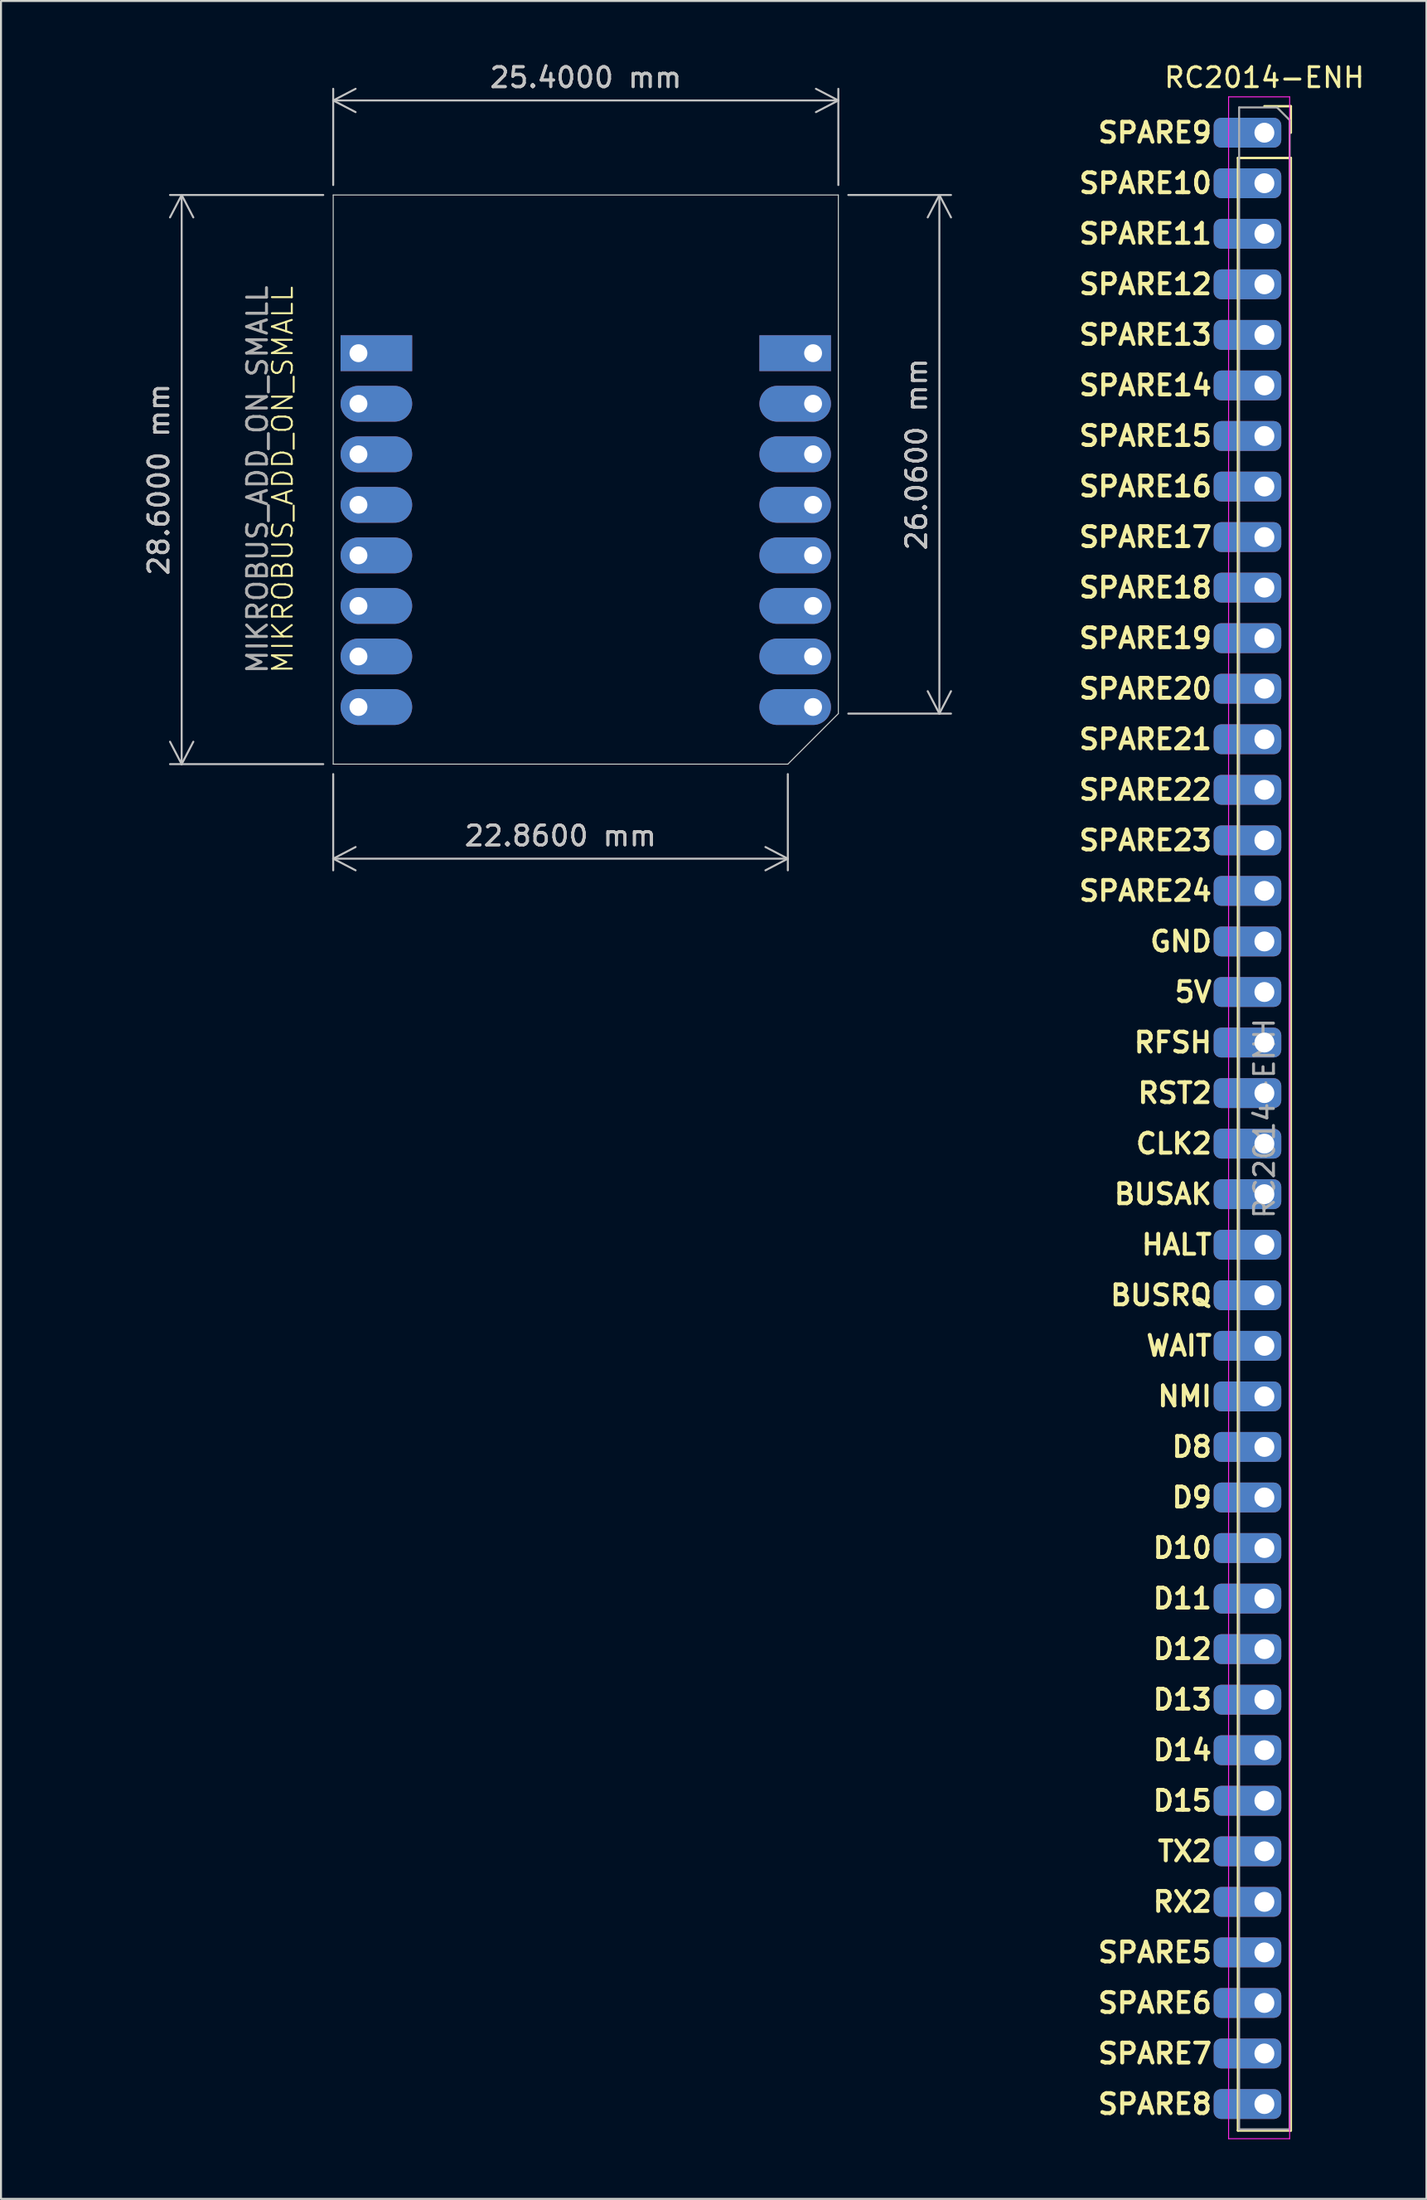
<source format=kicad_pcb>
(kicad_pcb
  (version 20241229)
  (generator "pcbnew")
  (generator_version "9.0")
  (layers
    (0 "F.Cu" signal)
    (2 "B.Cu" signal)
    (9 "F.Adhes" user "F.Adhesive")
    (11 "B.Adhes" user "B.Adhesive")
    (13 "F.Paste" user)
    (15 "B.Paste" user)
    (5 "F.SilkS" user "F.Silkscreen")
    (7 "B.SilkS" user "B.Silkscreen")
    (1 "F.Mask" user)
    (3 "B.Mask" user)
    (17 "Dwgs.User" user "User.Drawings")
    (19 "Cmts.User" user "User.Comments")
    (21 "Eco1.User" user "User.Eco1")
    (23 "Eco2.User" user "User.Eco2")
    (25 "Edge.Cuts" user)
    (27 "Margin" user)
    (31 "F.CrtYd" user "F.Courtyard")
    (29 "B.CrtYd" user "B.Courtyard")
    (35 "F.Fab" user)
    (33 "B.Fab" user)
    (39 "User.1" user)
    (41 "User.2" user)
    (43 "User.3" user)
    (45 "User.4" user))
  (footprint "MIKROBUS_ADD_ON_SMALL"
    (layer "F.Cu")
    (at 26.405 21.048)
    (property "Reference" "MIKROBUS_ADD_ON_SMALL" (at -15.24 0 90) (unlocked yes) (layer "F.SilkS") (effects (font (size 1 1) (thickness 0.1))))
    (attr through_hole)
    (fp_line (start -12.7 -14.3) (end -12.7 14.3) (stroke (width 0.05) (type default)) (layer "Edge.Cuts"))
    (fp_line (start -12.7 -14.3) (end 12.7 -14.3) (stroke (width 0.05) (type default)) (layer "Edge.Cuts"))
    (fp_line (start -12.7 14.3) (end 10.16 14.3) (stroke (width 0.05) (type default)) (layer "Edge.Cuts"))
    (fp_line (start 10.16 14.3) (end 12.7 11.76) (stroke (width 0.05) (type default)) (layer "Edge.Cuts"))
    (fp_line (start 12.7 -14.3) (end 12.7 11.76) (stroke (width 0.05) (type default)) (layer "Edge.Cuts"))
    (fp_text user "${REFERENCE}" (at -16.51 0 90) (unlocked yes) (layer "F.Fab") (effects (font (size 1 1) (thickness 0.15))))
    (dimension (type aligned) (layer "Dwgs.User") (pts (xy 13.705 6.748) (xy 39.105 6.748)) (height -4.75) (format (prefix "") (suffix "") (units 3) (units_format 1) (precision 4)) (style (thickness 0.1) (arrow_length 1.27) (text_position_mode 0) (arrow_direction outward) (extension_height 0.586) (extension_offset 0.5) (keep_text_aligned yes)) (gr_text "25.4000 mm" (at 26.405 0.848 0) (layer "Dwgs.User") (effects (font (size 1 1) (thickness 0.15)))))
    (dimension (type aligned) (layer "Dwgs.User") (pts (xy 13.705 35.348) (xy 13.705 6.748)) (height -7.62) (format (prefix "") (suffix "") (units 3) (units_format 1) (precision 4)) (style (thickness 0.1) (arrow_length 1.27) (text_position_mode 0) (arrow_direction outward) (extension_height 0.586) (extension_offset 0.5) (keep_text_aligned yes)) (gr_text "28.6000 mm" (at 4.935 21.048 90) (layer "Dwgs.User") (effects (font (size 1 1) (thickness 0.15)))))
    (dimension (type aligned) (layer "Dwgs.User") (pts (xy 36.565 35.348) (xy 13.705 35.348)) (height -4.75) (format (prefix "") (suffix "") (units 3) (units_format 1) (precision 4)) (style (thickness 0.1) (arrow_length 1.27) (text_position_mode 0) (arrow_direction outward) (extension_height 0.586) (extension_offset 0.5) (keep_text_aligned yes)) (gr_text "22.8600 mm" (at 25.135 38.948 0) (layer "Dwgs.User") (effects (font (size 1 1) (thickness 0.15)))))
    (dimension (type aligned) (layer "Dwgs.User") (pts (xy 39.105 32.808) (xy 39.105 6.748)) (height 5.08) (format (prefix "") (suffix "") (units 3) (units_format 1) (precision 4)) (style (thickness 0.1) (arrow_length 1.27) (text_position_mode 0) (arrow_direction outward) (extension_height 0.586) (extension_offset 0.5) (keep_text_aligned yes)) (gr_text "26.0600 mm" (at 43.035 19.778 90) (layer "Dwgs.User") (effects (font (size 1 1) (thickness 0.15)))))
    (pad "A1" thru_hole rect (at -11.43 -6.35) (size 3.6 1.8) (drill 0.9 (offset 0.9 0)) (layers "*.Cu" "*.Mask"))
    (pad "A2" thru_hole oval (at -11.43 -3.81) (size 3.6 1.8) (drill 0.9 (offset 0.9 0)) (layers "*.Cu" "*.Mask"))
    (pad "A3" thru_hole oval (at -11.43 -1.27) (size 3.6 1.8) (drill 0.9 (offset 0.9 0)) (layers "*.Cu" "*.Mask"))
    (pad "A4" thru_hole oval (at -11.43 1.27) (size 3.6 1.8) (drill 0.9 (offset 0.9 0)) (layers "*.Cu" "*.Mask"))
    (pad "A5" thru_hole oval (at -11.43 3.81) (size 3.6 1.8) (drill 0.9 (offset 0.9 0)) (layers "*.Cu" "*.Mask"))
    (pad "A6" thru_hole oval (at -11.43 6.35) (size 3.6 1.8) (drill 0.9 (offset 0.9 0)) (layers "*.Cu" "*.Mask"))
    (pad "A7" thru_hole oval (at -11.43 8.89) (size 3.6 1.8) (drill 0.9 (offset 0.9 0)) (layers "*.Cu" "*.Mask"))
    (pad "A8" thru_hole oval (at -11.43 11.43) (size 3.6 1.8) (drill 0.9 (offset 0.9 0)) (layers "*.Cu" "*.Mask"))
    (pad "B1" thru_hole rect (at 11.43 -6.35 180) (size 3.6 1.8) (drill 0.9 (offset 0.9 0)) (layers "*.Cu" "*.Mask"))
    (pad "B2" thru_hole oval (at 11.43 -3.81 180) (size 3.6 1.8) (drill 0.9 (offset 0.9 0)) (layers "*.Cu" "*.Mask"))
    (pad "B3" thru_hole oval (at 11.43 -1.27 180) (size 3.6 1.8) (drill 0.9 (offset 0.9 0)) (layers "*.Cu" "*.Mask"))
    (pad "B4" thru_hole oval (at 11.43 1.27 180) (size 3.6 1.8) (drill 0.9 (offset 0.9 0)) (layers "*.Cu" "*.Mask"))
    (pad "B5" thru_hole oval (at 11.43 3.81 180) (size 3.6 1.8) (drill 0.9 (offset 0.9 0)) (layers "*.Cu" "*.Mask"))
    (pad "B6" thru_hole oval (at 11.43 6.35 180) (size 3.6 1.8) (drill 0.9 (offset 0.9 0)) (layers "*.Cu" "*.Mask"))
    (pad "B7" thru_hole oval (at 11.43 8.89 180) (size 3.6 1.8) (drill 0.9 (offset 0.9 0)) (layers "*.Cu" "*.Mask"))
    (pad "B8" thru_hole oval (at 11.43 11.43 180) (size 3.6 1.8) (drill 0.9 (offset 0.9 0)) (layers "*.Cu" "*.Mask")))
  (footprint "RC2014-ENH"
    (layer "F.Cu")
    (at 60.528 3.618)
    (property "Reference" "RC2014-ENH" (at 0 -2.77 0) (layer "F.SilkS") (effects (font (size 1 1) (thickness 0.15))))
    (attr through_hole)
    (fp_line (start -1.33 1.27) (end -1.33 100.39) (stroke (width 0.12) (type solid)) (layer "F.SilkS"))
    (fp_line (start -1.33 1.27) (end 1.33 1.27) (stroke (width 0.12) (type solid)) (layer "F.SilkS"))
    (fp_line (start -1.33 100.39) (end 1.33 100.39) (stroke (width 0.12) (type solid)) (layer "F.SilkS"))
    (fp_line (start 0 -1.33) (end 1.33 -1.33) (stroke (width 0.12) (type solid)) (layer "F.SilkS"))
    (fp_line (start 1.33 -1.33) (end 1.33 0) (stroke (width 0.12) (type solid)) (layer "F.SilkS"))
    (fp_line (start 1.33 1.27) (end 1.33 100.39) (stroke (width 0.12) (type solid)) (layer "F.SilkS"))
    (fp_line (start -1.8 -1.8) (end 1.27 -1.8) (stroke (width 0.05) (type solid)) (layer "F.CrtYd"))
    (fp_line (start -1.8 100.8) (end -1.8 -1.8) (stroke (width 0.05) (type solid)) (layer "F.CrtYd"))
    (fp_line (start 1.27 -1.8) (end 1.27 100.8) (stroke (width 0.05) (type solid)) (layer "F.CrtYd"))
    (fp_line (start 1.27 100.8) (end -1.8 100.8) (stroke (width 0.05) (type solid)) (layer "F.CrtYd"))
    (fp_line (start -1.27 -1.27) (end 0.635 -1.27) (stroke (width 0.1) (type solid)) (layer "F.Fab"))
    (fp_line (start -1.27 100.33) (end -1.27 -1.27) (stroke (width 0.1) (type solid)) (layer "F.Fab"))
    (fp_line (start 0.635 -1.27) (end 1.27 -0.635) (stroke (width 0.1) (type solid)) (layer "F.Fab"))
    (fp_line (start 1.27 -0.635) (end 1.27 100.33) (stroke (width 0.1) (type solid)) (layer "F.Fab"))
    (fp_line (start 1.27 100.33) (end -1.27 100.33) (stroke (width 0.1) (type solid)) (layer "F.Fab"))
    (fp_text user "SPARE10" (at -2.54 2.54 0) (unlocked yes) (layer "F.SilkS") (effects (font (size 1 1) (thickness 0.2)) (justify right)))
    (fp_text user "SPARE13" (at -2.54 10.16 0) (unlocked yes) (layer "F.SilkS") (effects (font (size 1 1) (thickness 0.2)) (justify right)))
    (fp_text user "D10" (at -2.54 71.12 0) (unlocked yes) (layer "F.SilkS") (effects (font (size 1 1) (thickness 0.2)) (justify right)))
    (fp_text user "CLK2" (at -2.54 50.8 0) (unlocked yes) (layer "F.SilkS") (effects (font (size 1 1) (thickness 0.2)) (justify right)))
    (fp_text user "SPARE17" (at -2.54 20.32 0) (unlocked yes) (layer "F.SilkS") (effects (font (size 1 1) (thickness 0.2)) (justify right)))
    (fp_text user "SPARE19" (at -2.54 25.4 0) (unlocked yes) (layer "F.SilkS") (effects (font (size 1 1) (thickness 0.2)) (justify right)))
    (fp_text user "D12" (at -2.54 76.2 0) (unlocked yes) (layer "F.SilkS") (effects (font (size 1 1) (thickness 0.2)) (justify right)))
    (fp_text user "SPARE20" (at -2.54 27.94 0) (unlocked yes) (layer "F.SilkS") (effects (font (size 1 1) (thickness 0.2)) (justify right)))
    (fp_text user "SPARE15" (at -2.54 15.24 0) (unlocked yes) (layer "F.SilkS") (effects (font (size 1 1) (thickness 0.2)) (justify right)))
    (fp_text user "TX2" (at -2.54 86.36 0) (unlocked yes) (layer "F.SilkS") (effects (font (size 1 1) (thickness 0.2)) (justify right)))
    (fp_text user "SPARE11" (at -2.54 5.08 0) (unlocked yes) (layer "F.SilkS") (effects (font (size 1 1) (thickness 0.2)) (justify right)))
    (fp_text user "SPARE18" (at -2.54 22.86 0) (unlocked yes) (layer "F.SilkS") (effects (font (size 1 1) (thickness 0.2)) (justify right)))
    (fp_text user "NMI" (at -2.54 63.5 0) (unlocked yes) (layer "F.SilkS") (effects (font (size 1 1) (thickness 0.2)) (justify right)))
    (fp_text user "5V" (at -2.54 43.18 0) (unlocked yes) (layer "F.SilkS") (effects (font (size 1 1) (thickness 0.2)) (justify right)))
    (fp_text user "D11" (at -2.54 73.66 0) (unlocked yes) (layer "F.SilkS") (effects (font (size 1 1) (thickness 0.2)) (justify right)))
    (fp_text user "HALT" (at -2.54 55.88 0) (unlocked yes) (layer "F.SilkS") (effects (font (size 1 1) (thickness 0.2)) (justify right)))
    (fp_text user "D8" (at -2.54 66.04 0) (unlocked yes) (layer "F.SilkS") (effects (font (size 1 1) (thickness 0.2)) (justify right)))
    (fp_text user "BUSAK" (at -2.54 53.34 0) (unlocked yes) (layer "F.SilkS") (effects (font (size 1 1) (thickness 0.2)) (justify right)))
    (fp_text user "SPARE5" (at -2.54 91.44 0) (unlocked yes) (layer "F.SilkS") (effects (font (size 1 1) (thickness 0.2)) (justify right)))
    (fp_text user "SPARE9" (at -2.54 0 0) (unlocked yes) (layer "F.SilkS") (effects (font (size 1 1) (thickness 0.2)) (justify right)))
    (fp_text user "D15" (at -2.54 83.82 0) (unlocked yes) (layer "F.SilkS") (effects (font (size 1 1) (thickness 0.2)) (justify right)))
    (fp_text user "SPARE23" (at -2.54 35.56 0) (unlocked yes) (layer "F.SilkS") (effects (font (size 1 1) (thickness 0.2)) (justify right)))
    (fp_text user "WAIT" (at -2.54 60.96 0) (unlocked yes) (layer "F.SilkS") (effects (font (size 1 1) (thickness 0.2)) (justify right)))
    (fp_text user "RST2" (at -2.54 48.26 0) (unlocked yes) (layer "F.SilkS") (effects (font (size 1 1) (thickness 0.2)) (justify right)))
    (fp_text user "SPARE16" (at -2.54 17.78 0) (unlocked yes) (layer "F.SilkS") (effects (font (size 1 1) (thickness 0.2)) (justify right)))
    (fp_text user "GND" (at -2.54 40.64 0) (unlocked yes) (layer "F.SilkS") (effects (font (size 1 1) (thickness 0.2)) (justify right)))
    (fp_text user "BUSRQ" (at -2.54 58.42 0) (unlocked yes) (layer "F.SilkS") (effects (font (size 1 1) (thickness 0.2)) (justify right)))
    (fp_text user "SPARE24" (at -2.54 38.1 0) (unlocked yes) (layer "F.SilkS") (effects (font (size 1 1) (thickness 0.2)) (justify right)))
    (fp_text user "RX2" (at -2.54 88.9 0) (unlocked yes) (layer "F.SilkS") (effects (font (size 1 1) (thickness 0.2)) (justify right)))
    (fp_text user "SPARE14" (at -2.54 12.7 0) (unlocked yes) (layer "F.SilkS") (effects (font (size 1 1) (thickness 0.2)) (justify right)))
    (fp_text user "RFSH" (at -2.54 45.72 0) (unlocked yes) (layer "F.SilkS") (effects (font (size 1 1) (thickness 0.2)) (justify right)))
    (fp_text user "SPARE8" (at -2.54 99.06 0) (unlocked yes) (layer "F.SilkS") (effects (font (size 1 1) (thickness 0.2)) (justify right)))
    (fp_text user "D13" (at -2.54 78.74 0) (unlocked yes) (layer "F.SilkS") (effects (font (size 1 1) (thickness 0.2)) (justify right)))
    (fp_text user "SPARE7" (at -2.54 96.52 0) (unlocked yes) (layer "F.SilkS") (effects (font (size 1 1) (thickness 0.2)) (justify right)))
    (fp_text user "SPARE6" (at -2.54 93.98 0) (unlocked yes) (layer "F.SilkS") (effects (font (size 1 1) (thickness 0.2)) (justify right)))
    (fp_text user "SPARE21" (at -2.54 30.48 0) (unlocked yes) (layer "F.SilkS") (effects (font (size 1 1) (thickness 0.2)) (justify right)))
    (fp_text user "SPARE12" (at -2.54 7.62 0) (unlocked yes) (layer "F.SilkS") (effects (font (size 1 1) (thickness 0.2)) (justify right)))
    (fp_text user "SPARE22" (at -2.54 33.02 0) (unlocked yes) (layer "F.SilkS") (effects (font (size 1 1) (thickness 0.2)) (justify right)))
    (fp_text user "D14" (at -2.54 81.28 0) (unlocked yes) (layer "F.SilkS") (effects (font (size 1 1) (thickness 0.2)) (justify right)))
    (fp_text user "D9" (at -2.54 68.58 0) (unlocked yes) (layer "F.SilkS") (effects (font (size 1 1) (thickness 0.2)) (justify right)))
    (fp_text user "${REFERENCE}" (at 0 49.53 90) (layer "F.Fab") (effects (font (size 1 1) (thickness 0.15))))
    (pad "1" thru_hole roundrect (at 0 0) (size 3.4 1.5) (drill 1 (offset -0.85 0)) (layers "*.Cu" "*.Mask") (roundrect_rratio 0.25))
    (pad "2" thru_hole roundrect (at 0 2.54) (size 3.4 1.5) (drill 1 (offset -0.85 0)) (layers "*.Cu" "*.Mask") (roundrect_rratio 0.25))
    (pad "3" thru_hole roundrect (at 0 5.08) (size 3.4 1.5) (drill 1 (offset -0.85 0)) (layers "*.Cu" "*.Mask") (roundrect_rratio 0.25))
    (pad "4" thru_hole roundrect (at 0 7.62) (size 3.4 1.5) (drill 1 (offset -0.85 0)) (layers "*.Cu" "*.Mask") (roundrect_rratio 0.25))
    (pad "5" thru_hole roundrect (at 0 10.16) (size 3.4 1.5) (drill 1 (offset -0.85 0)) (layers "*.Cu" "*.Mask") (roundrect_rratio 0.25))
    (pad "6" thru_hole roundrect (at 0 12.7) (size 3.4 1.5) (drill 1 (offset -0.85 0)) (layers "*.Cu" "*.Mask") (roundrect_rratio 0.25))
    (pad "7" thru_hole roundrect (at 0 15.24) (size 3.4 1.5) (drill 1 (offset -0.85 0)) (layers "*.Cu" "*.Mask") (roundrect_rratio 0.25))
    (pad "8" thru_hole roundrect (at 0 17.78) (size 3.4 1.5) (drill 1 (offset -0.85 0)) (layers "*.Cu" "*.Mask") (roundrect_rratio 0.25))
    (pad "9" thru_hole roundrect (at 0 20.32) (size 3.4 1.5) (drill 1 (offset -0.85 0)) (layers "*.Cu" "*.Mask") (roundrect_rratio 0.25))
    (pad "10" thru_hole roundrect (at 0 22.86) (size 3.4 1.5) (drill 1 (offset -0.85 0)) (layers "*.Cu" "*.Mask") (roundrect_rratio 0.25))
    (pad "11" thru_hole roundrect (at 0 25.4) (size 3.4 1.5) (drill 1 (offset -0.85 0)) (layers "*.Cu" "*.Mask") (roundrect_rratio 0.25))
    (pad "12" thru_hole roundrect (at 0 27.94) (size 3.4 1.5) (drill 1 (offset -0.85 0)) (layers "*.Cu" "*.Mask") (roundrect_rratio 0.25))
    (pad "13" thru_hole roundrect (at 0 30.48) (size 3.4 1.5) (drill 1 (offset -0.85 0)) (layers "*.Cu" "*.Mask") (roundrect_rratio 0.25))
    (pad "14" thru_hole roundrect (at 0 33.02) (size 3.4 1.5) (drill 1 (offset -0.85 0)) (layers "*.Cu" "*.Mask") (roundrect_rratio 0.25))
    (pad "15" thru_hole roundrect (at 0 35.56) (size 3.4 1.5) (drill 1 (offset -0.85 0)) (layers "*.Cu" "*.Mask") (roundrect_rratio 0.25))
    (pad "16" thru_hole roundrect (at 0 38.1) (size 3.4 1.5) (drill 1 (offset -0.85 0)) (layers "*.Cu" "*.Mask") (roundrect_rratio 0.25))
    (pad "17" thru_hole roundrect (at 0 40.64) (size 3.4 1.5) (drill 1 (offset -0.85 0)) (layers "*.Cu" "*.Mask") (roundrect_rratio 0.25))
    (pad "18" thru_hole roundrect (at 0 43.18) (size 3.4 1.5) (drill 1 (offset -0.85 0)) (layers "*.Cu" "*.Mask") (roundrect_rratio 0.25))
    (pad "19" thru_hole roundrect (at 0 45.72) (size 3.4 1.5) (drill 1 (offset -0.85 0)) (layers "*.Cu" "*.Mask") (roundrect_rratio 0.25))
    (pad "20" thru_hole roundrect (at 0 48.26) (size 3.4 1.5) (drill 1 (offset -0.85 0)) (layers "*.Cu" "*.Mask") (roundrect_rratio 0.25))
    (pad "21" thru_hole roundrect (at 0 50.8) (size 3.4 1.5) (drill 1 (offset -0.85 0)) (layers "*.Cu" "*.Mask") (roundrect_rratio 0.25))
    (pad "22" thru_hole roundrect (at 0 53.34) (size 3.4 1.5) (drill 1 (offset -0.85 0)) (layers "*.Cu" "*.Mask") (roundrect_rratio 0.25))
    (pad "23" thru_hole roundrect (at 0 55.88) (size 3.4 1.5) (drill 1 (offset -0.85 0)) (layers "*.Cu" "*.Mask") (roundrect_rratio 0.25))
    (pad "24" thru_hole roundrect (at 0 58.42) (size 3.4 1.5) (drill 1 (offset -0.85 0)) (layers "*.Cu" "*.Mask") (roundrect_rratio 0.25))
    (pad "25" thru_hole roundrect (at 0 60.96) (size 3.4 1.5) (drill 1 (offset -0.85 0)) (layers "*.Cu" "*.Mask") (roundrect_rratio 0.25))
    (pad "26" thru_hole roundrect (at 0 63.5) (size 3.4 1.5) (drill 1 (offset -0.85 0)) (layers "*.Cu" "*.Mask") (roundrect_rratio 0.25))
    (pad "27" thru_hole roundrect (at 0 66.04) (size 3.4 1.5) (drill 1 (offset -0.85 0)) (layers "*.Cu" "*.Mask") (roundrect_rratio 0.25))
    (pad "28" thru_hole roundrect (at 0 68.58) (size 3.4 1.5) (drill 1 (offset -0.85 0)) (layers "*.Cu" "*.Mask") (roundrect_rratio 0.25))
    (pad "29" thru_hole roundrect (at 0 71.12) (size 3.4 1.5) (drill 1 (offset -0.85 0)) (layers "*.Cu" "*.Mask") (roundrect_rratio 0.25))
    (pad "30" thru_hole roundrect (at 0 73.66) (size 3.4 1.5) (drill 1 (offset -0.85 0)) (layers "*.Cu" "*.Mask") (roundrect_rratio 0.25))
    (pad "31" thru_hole roundrect (at 0 76.2) (size 3.4 1.5) (drill 1 (offset -0.85 0)) (layers "*.Cu" "*.Mask") (roundrect_rratio 0.25))
    (pad "32" thru_hole roundrect (at 0 78.74) (size 3.4 1.5) (drill 1 (offset -0.85 0)) (layers "*.Cu" "*.Mask") (roundrect_rratio 0.25))
    (pad "33" thru_hole roundrect (at 0 81.28) (size 3.4 1.5) (drill 1 (offset -0.85 0)) (layers "*.Cu" "*.Mask") (roundrect_rratio 0.25))
    (pad "34" thru_hole roundrect (at 0 83.82) (size 3.4 1.5) (drill 1 (offset -0.85 0)) (layers "*.Cu" "*.Mask") (roundrect_rratio 0.25))
    (pad "35" thru_hole roundrect (at 0 86.36) (size 3.4 1.5) (drill 1 (offset -0.85 0)) (layers "*.Cu" "*.Mask") (roundrect_rratio 0.25))
    (pad "36" thru_hole roundrect (at 0 88.9) (size 3.4 1.5) (drill 1 (offset -0.85 0)) (layers "*.Cu" "*.Mask") (roundrect_rratio 0.25))
    (pad "37" thru_hole roundrect (at 0 91.44) (size 3.4 1.5) (drill 1 (offset -0.85 0)) (layers "*.Cu" "*.Mask") (roundrect_rratio 0.25))
    (pad "38" thru_hole roundrect (at 0 93.98) (size 3.4 1.5) (drill 1 (offset -0.85 0)) (layers "*.Cu" "*.Mask") (roundrect_rratio 0.25))
    (pad "39" thru_hole roundrect (at 0 96.52) (size 3.4 1.5) (drill 1 (offset -0.85 0)) (layers "*.Cu" "*.Mask") (roundrect_rratio 0.25))
    (pad "40" thru_hole roundrect (at 0 99.06) (size 3.4 1.5) (drill 1 (offset -0.85 0)) (layers "*.Cu" "*.Mask") (roundrect_rratio 0.25)))
  (gr_rect
    (start -3 -3)
    (end 68.677 107.443)
    (stroke (width 0.1) (type default))
    (fill no)
    (layer "Edge.Cuts")))
</source>
